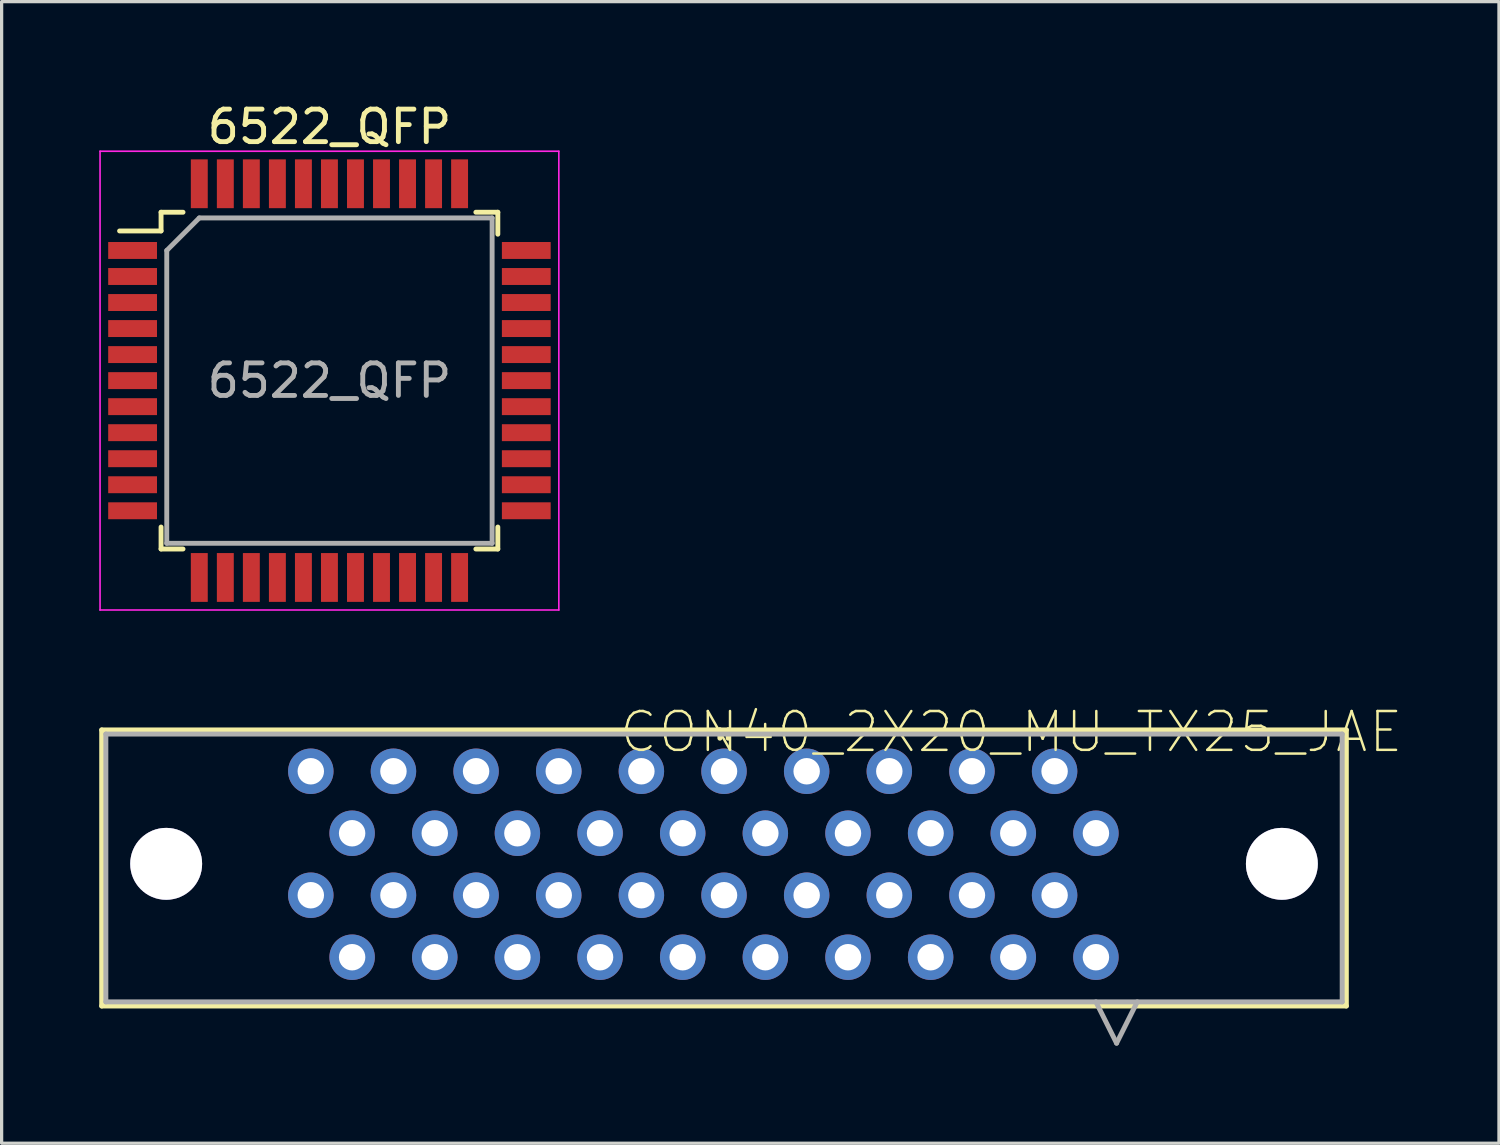
<source format=kicad_pcb>
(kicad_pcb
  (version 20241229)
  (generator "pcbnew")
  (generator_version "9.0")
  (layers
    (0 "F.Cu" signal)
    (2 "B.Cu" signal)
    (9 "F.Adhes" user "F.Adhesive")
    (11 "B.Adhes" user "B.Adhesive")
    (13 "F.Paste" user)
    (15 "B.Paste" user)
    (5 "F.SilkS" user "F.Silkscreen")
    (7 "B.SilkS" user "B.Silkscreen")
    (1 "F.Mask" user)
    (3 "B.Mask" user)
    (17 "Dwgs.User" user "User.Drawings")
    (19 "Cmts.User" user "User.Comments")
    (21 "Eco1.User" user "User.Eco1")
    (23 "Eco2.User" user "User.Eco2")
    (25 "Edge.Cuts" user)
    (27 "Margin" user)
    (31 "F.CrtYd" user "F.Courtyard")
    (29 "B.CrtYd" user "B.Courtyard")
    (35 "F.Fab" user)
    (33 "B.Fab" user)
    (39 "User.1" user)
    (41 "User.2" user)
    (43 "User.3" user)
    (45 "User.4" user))
  (footprint "CON40_2X20_MU_TX25_JAE"
    (layer "F.Cu")
    (at 19.202 19.511)
    (property "Reference" "CON40_2X20_MU_TX25_JAE" (at -3.277 0.635 0) (layer "F.SilkS") (effects (font (size 1.194 1.194) (thickness 0.076)) (justify left bottom)))
    (fp_line (start -19.126 -0.127) (end -19.126 8.357) (stroke (width 0.152) (type solid)) (layer "F.SilkS"))
    (fp_line (start -19.126 8.357) (end 19.126 8.357) (stroke (width 0.152) (type solid)) (layer "F.SilkS"))
    (fp_line (start -0.127 -0.127) (end -19.126 -0.127) (stroke (width 0.152) (type solid)) (layer "F.SilkS"))
    (fp_line (start -0.127 -0.127) (end -0.127 0.127) (stroke (width 0.152) (type solid)) (layer "F.SilkS"))
    (fp_line (start 0.127 -0.127) (end -0.127 -0.127) (stroke (width 0.152) (type solid)) (layer "F.SilkS"))
    (fp_line (start 0.127 0.127) (end 0.127 -0.127) (stroke (width 0.152) (type solid)) (layer "F.SilkS"))
    (fp_line (start 19.126 -0.127) (end 0.127 -0.127) (stroke (width 0.152) (type solid)) (layer "F.SilkS"))
    (fp_line (start 19.126 8.357) (end 19.126 -0.127) (stroke (width 0.152) (type solid)) (layer "F.SilkS"))
    (fp_line (start -18.999 0) (end -18.999 8.23) (stroke (width 0.152) (type solid)) (layer "F.Fab"))
    (fp_line (start -18.999 8.23) (end 18.999 8.23) (stroke (width 0.152) (type solid)) (layer "F.Fab"))
    (fp_line (start 11.43 8.23) (end 12.065 9.5) (stroke (width 0.152) (type solid)) (layer "F.Fab"))
    (fp_line (start 12.7 8.23) (end 12.065 9.5) (stroke (width 0.152) (type solid)) (layer "F.Fab"))
    (fp_line (start 18.999 0) (end -18.999 0) (stroke (width 0.152) (type solid)) (layer "F.Fab"))
    (fp_line (start 18.999 8.23) (end 18.999 0) (stroke (width 0.152) (type solid)) (layer "F.Fab"))
    (pad "1" thru_hole circle (at 11.43 6.858) (size 1.397 1.397) (drill 0.813) (layers "*.Cu" "*.Mask"))
    (pad "2" thru_hole circle (at 10.16 4.953) (size 1.397 1.397) (drill 0.813) (layers "*.Cu" "*.Mask"))
    (pad "3" thru_hole circle (at 8.89 6.858) (size 1.397 1.397) (drill 0.813) (layers "*.Cu" "*.Mask"))
    (pad "4" thru_hole circle (at 7.62 4.953) (size 1.397 1.397) (drill 0.813) (layers "*.Cu" "*.Mask"))
    (pad "5" thru_hole circle (at 6.35 6.858) (size 1.397 1.397) (drill 0.813) (layers "*.Cu" "*.Mask"))
    (pad "6" thru_hole circle (at 5.08 4.953) (size 1.397 1.397) (drill 0.813) (layers "*.Cu" "*.Mask"))
    (pad "7" thru_hole circle (at 3.81 6.858) (size 1.397 1.397) (drill 0.813) (layers "*.Cu" "*.Mask"))
    (pad "8" thru_hole circle (at 2.54 4.953) (size 1.397 1.397) (drill 0.813) (layers "*.Cu" "*.Mask"))
    (pad "9" thru_hole circle (at 1.27 6.858) (size 1.397 1.397) (drill 0.813) (layers "*.Cu" "*.Mask"))
    (pad "10" thru_hole circle (at 0 4.953) (size 1.397 1.397) (drill 0.813) (layers "*.Cu" "*.Mask"))
    (pad "11" thru_hole circle (at -1.27 6.858) (size 1.397 1.397) (drill 0.813) (layers "*.Cu" "*.Mask"))
    (pad "12" thru_hole circle (at -2.54 4.953) (size 1.397 1.397) (drill 0.813) (layers "*.Cu" "*.Mask"))
    (pad "13" thru_hole circle (at -3.81 6.858) (size 1.397 1.397) (drill 0.813) (layers "*.Cu" "*.Mask"))
    (pad "14" thru_hole circle (at -5.08 4.953) (size 1.397 1.397) (drill 0.813) (layers "*.Cu" "*.Mask"))
    (pad "15" thru_hole circle (at -6.35 6.858) (size 1.397 1.397) (drill 0.813) (layers "*.Cu" "*.Mask"))
    (pad "16" thru_hole circle (at -7.62 4.953) (size 1.397 1.397) (drill 0.813) (layers "*.Cu" "*.Mask"))
    (pad "17" thru_hole circle (at -8.89 6.858) (size 1.397 1.397) (drill 0.813) (layers "*.Cu" "*.Mask"))
    (pad "18" thru_hole circle (at -10.16 4.953) (size 1.397 1.397) (drill 0.813) (layers "*.Cu" "*.Mask"))
    (pad "19" thru_hole circle (at -11.43 6.858) (size 1.397 1.397) (drill 0.813) (layers "*.Cu" "*.Mask"))
    (pad "20" thru_hole circle (at -12.7 4.953) (size 1.397 1.397) (drill 0.813) (layers "*.Cu" "*.Mask"))
    (pad "21" thru_hole circle (at 11.43 3.048) (size 1.397 1.397) (drill 0.813) (layers "*.Cu" "*.Mask"))
    (pad "22" thru_hole circle (at 10.16 1.143) (size 1.397 1.397) (drill 0.813) (layers "*.Cu" "*.Mask"))
    (pad "23" thru_hole circle (at 8.89 3.048) (size 1.397 1.397) (drill 0.813) (layers "*.Cu" "*.Mask"))
    (pad "24" thru_hole circle (at 7.62 1.143) (size 1.397 1.397) (drill 0.813) (layers "*.Cu" "*.Mask"))
    (pad "25" thru_hole circle (at 6.35 3.048) (size 1.397 1.397) (drill 0.813) (layers "*.Cu" "*.Mask"))
    (pad "26" thru_hole circle (at 5.08 1.143) (size 1.397 1.397) (drill 0.813) (layers "*.Cu" "*.Mask"))
    (pad "27" thru_hole circle (at 3.81 3.048) (size 1.397 1.397) (drill 0.813) (layers "*.Cu" "*.Mask"))
    (pad "28" thru_hole circle (at 2.54 1.143) (size 1.397 1.397) (drill 0.813) (layers "*.Cu" "*.Mask"))
    (pad "29" thru_hole circle (at 1.27 3.048) (size 1.397 1.397) (drill 0.813) (layers "*.Cu" "*.Mask"))
    (pad "30" thru_hole circle (at 0 1.143) (size 1.397 1.397) (drill 0.813) (layers "*.Cu" "*.Mask"))
    (pad "31" thru_hole circle (at -1.27 3.048) (size 1.397 1.397) (drill 0.813) (layers "*.Cu" "*.Mask"))
    (pad "32" thru_hole circle (at -2.54 1.143) (size 1.397 1.397) (drill 0.813) (layers "*.Cu" "*.Mask"))
    (pad "33" thru_hole circle (at -3.81 3.048) (size 1.397 1.397) (drill 0.813) (layers "*.Cu" "*.Mask"))
    (pad "34" thru_hole circle (at -5.08 1.143) (size 1.397 1.397) (drill 0.813) (layers "*.Cu" "*.Mask"))
    (pad "35" thru_hole circle (at -6.35 3.048) (size 1.397 1.397) (drill 0.813) (layers "*.Cu" "*.Mask"))
    (pad "36" thru_hole circle (at -7.62 1.143) (size 1.397 1.397) (drill 0.813) (layers "*.Cu" "*.Mask"))
    (pad "37" thru_hole circle (at -8.89 3.048) (size 1.397 1.397) (drill 0.813) (layers "*.Cu" "*.Mask"))
    (pad "38" thru_hole circle (at -10.16 1.143) (size 1.397 1.397) (drill 0.813) (layers "*.Cu" "*.Mask"))
    (pad "39" thru_hole circle (at -11.43 3.048) (size 1.397 1.397) (drill 0.813) (layers "*.Cu" "*.Mask"))
    (pad "40" thru_hole circle (at -12.7 1.143) (size 1.397 1.397) (drill 0.813) (layers "*.Cu" "*.Mask"))
    (pad "41" thru_hole circle (at -17.145 3.988) (size 2.21 2.21) (drill 2.21) (layers "*.Cu" "*.Mask"))
    (pad "42" thru_hole circle (at 17.145 3.988) (size 2.21 2.21) (drill 2.21) (layers "*.Cu" "*.Mask")))
  (footprint "6522_QFP"
    (layer "F.Cu")
    (at 7.075 8.648)
    (property "Reference" "6522_QFP" (at 0 -7.8 0) (layer "F.SilkS") (effects (font (size 1 1) (thickness 0.15))))
    (attr smd)
    (fp_line (start -5.175 -5.175) (end -5.175 -4.6) (stroke (width 0.15) (type solid)) (layer "F.SilkS"))
    (fp_line (start -5.175 -5.175) (end -4.5 -5.175) (stroke (width 0.15) (type solid)) (layer "F.SilkS"))
    (fp_line (start -5.175 -4.6) (end -6.45 -4.6) (stroke (width 0.15) (type solid)) (layer "F.SilkS"))
    (fp_line (start -5.175 5.175) (end -5.175 4.5) (stroke (width 0.15) (type solid)) (layer "F.SilkS"))
    (fp_line (start -5.175 5.175) (end -4.5 5.175) (stroke (width 0.15) (type solid)) (layer "F.SilkS"))
    (fp_line (start 5.175 -5.175) (end 4.5 -5.175) (stroke (width 0.15) (type solid)) (layer "F.SilkS"))
    (fp_line (start 5.175 -5.175) (end 5.175 -4.5) (stroke (width 0.15) (type solid)) (layer "F.SilkS"))
    (fp_line (start 5.175 5.175) (end 4.5 5.175) (stroke (width 0.15) (type solid)) (layer "F.SilkS"))
    (fp_line (start 5.175 5.175) (end 5.175 4.5) (stroke (width 0.15) (type solid)) (layer "F.SilkS"))
    (fp_line (start -7.05 -7.05) (end -7.05 7.05) (stroke (width 0.05) (type solid)) (layer "F.CrtYd"))
    (fp_line (start -7.05 -7.05) (end 7.05 -7.05) (stroke (width 0.05) (type solid)) (layer "F.CrtYd"))
    (fp_line (start -7.05 7.05) (end 7.05 7.05) (stroke (width 0.05) (type solid)) (layer "F.CrtYd"))
    (fp_line (start 7.05 -7.05) (end 7.05 7.05) (stroke (width 0.05) (type solid)) (layer "F.CrtYd"))
    (fp_line (start -5 -4) (end -4 -5) (stroke (width 0.15) (type solid)) (layer "F.Fab"))
    (fp_line (start -5 5) (end -5 -4) (stroke (width 0.15) (type solid)) (layer "F.Fab"))
    (fp_line (start -4 -5) (end 5 -5) (stroke (width 0.15) (type solid)) (layer "F.Fab"))
    (fp_line (start 5 -5) (end 5 5) (stroke (width 0.15) (type solid)) (layer "F.Fab"))
    (fp_line (start 5 5) (end -5 5) (stroke (width 0.15) (type solid)) (layer "F.Fab"))
    (fp_text user "${REFERENCE}" (at 0 0 0) (layer "F.Fab") (effects (font (size 1 1) (thickness 0.15))))
    (pad "1" smd rect (at 0 -6.05) (size 0.52 1.5) (layers "F.Cu" "F.Mask" "F.Paste"))
    (pad "2" smd rect (at -0.8 -6.05) (size 0.52 1.5) (layers "F.Cu" "F.Mask" "F.Paste"))
    (pad "3" smd rect (at -1.6 -6.05) (size 0.52 1.5) (layers "F.Cu" "F.Mask" "F.Paste"))
    (pad "4" smd rect (at -2.4 -6.05) (size 0.52 1.5) (layers "F.Cu" "F.Mask" "F.Paste"))
    (pad "5" smd rect (at -3.2 -6.05) (size 0.52 1.5) (layers "F.Cu" "F.Mask" "F.Paste"))
    (pad "6" smd rect (at -4 -6.05) (size 0.52 1.5) (layers "F.Cu" "F.Mask" "F.Paste"))
    (pad "7" smd rect (at -6.05 -4) (size 1.5 0.52) (layers "F.Cu" "F.Mask" "F.Paste"))
    (pad "8" smd rect (at -6.05 -3.2) (size 1.5 0.52) (layers "F.Cu" "F.Mask" "F.Paste"))
    (pad "9" smd rect (at -6.05 -2.4) (size 1.5 0.52) (layers "F.Cu" "F.Mask" "F.Paste"))
    (pad "10" smd rect (at -6.05 -1.6) (size 1.5 0.52) (layers "F.Cu" "F.Mask" "F.Paste"))
    (pad "11" smd rect (at -6.05 0) (size 1.5 0.52) (layers "F.Cu" "F.Mask" "F.Paste"))
    (pad "12" smd rect (at -6.05 0.8) (size 1.5 0.52) (layers "F.Cu" "F.Mask" "F.Paste"))
    (pad "13" smd rect (at -6.05 1.6) (size 1.5 0.52) (layers "F.Cu" "F.Mask" "F.Paste"))
    (pad "14" smd rect (at -6.05 2.4) (size 1.5 0.52) (layers "F.Cu" "F.Mask" "F.Paste"))
    (pad "15" smd rect (at -6.05 3.2) (size 1.5 0.52) (layers "F.Cu" "F.Mask" "F.Paste"))
    (pad "16" smd rect (at -6.05 4) (size 1.5 0.52) (layers "F.Cu" "F.Mask" "F.Paste"))
    (pad "17" smd rect (at -4 6.05) (size 0.52 1.5) (layers "F.Cu" "F.Mask" "F.Paste"))
    (pad "18" smd rect (at -3.2 6.05) (size 0.52 1.5) (layers "F.Cu" "F.Mask" "F.Paste"))
    (pad "19" smd rect (at -2.4 6.05) (size 0.52 1.5) (layers "F.Cu" "F.Mask" "F.Paste"))
    (pad "20" smd rect (at -1.6 6.05) (size 0.52 1.5) (layers "F.Cu" "F.Mask" "F.Paste"))
    (pad "21" smd rect (at 0 6.05) (size 0.52 1.5) (layers "F.Cu" "F.Mask" "F.Paste"))
    (pad "22" smd rect (at 0.8 6.05) (size 0.52 1.5) (layers "F.Cu" "F.Mask" "F.Paste"))
    (pad "23" smd rect (at 1.6 6.05) (size 0.52 1.5) (layers "F.Cu" "F.Mask" "F.Paste"))
    (pad "24" smd rect (at 2.4 6.05) (size 0.52 1.5) (layers "F.Cu" "F.Mask" "F.Paste"))
    (pad "25" smd rect (at 3.2 6.05) (size 0.52 1.5) (layers "F.Cu" "F.Mask" "F.Paste"))
    (pad "26" smd rect (at 4 6.05) (size 0.52 1.5) (layers "F.Cu" "F.Mask" "F.Paste"))
    (pad "27" smd rect (at 6.05 4) (size 1.5 0.52) (layers "F.Cu" "F.Mask" "F.Paste"))
    (pad "28" smd rect (at 6.05 3.2) (size 1.5 0.52) (layers "F.Cu" "F.Mask" "F.Paste"))
    (pad "29" smd rect (at 6.05 2.4) (size 1.5 0.52) (layers "F.Cu" "F.Mask" "F.Paste"))
    (pad "30" smd rect (at 6.05 1.6) (size 1.5 0.52) (layers "F.Cu" "F.Mask" "F.Paste"))
    (pad "31" smd rect (at 6.05 0) (size 1.5 0.52) (layers "F.Cu" "F.Mask" "F.Paste"))
    (pad "32" smd rect (at 6.05 -0.8) (size 1.5 0.52) (layers "F.Cu" "F.Mask" "F.Paste"))
    (pad "33" smd rect (at 6.05 -1.6) (size 1.5 0.52) (layers "F.Cu" "F.Mask" "F.Paste"))
    (pad "34" smd rect (at 6.05 -2.4) (size 1.5 0.52) (layers "F.Cu" "F.Mask" "F.Paste"))
    (pad "35" smd rect (at 6.05 -4) (size 1.5 0.52) (layers "F.Cu" "F.Mask" "F.Paste"))
    (pad "36" smd rect (at 4 -6.05) (size 0.52 1.5) (layers "F.Cu" "F.Mask" "F.Paste"))
    (pad "37" smd rect (at 3.2 -6.05) (size 0.52 1.5) (layers "F.Cu" "F.Mask" "F.Paste"))
    (pad "38" smd rect (at 2.4 -6.05) (size 0.52 1.5) (layers "F.Cu" "F.Mask" "F.Paste"))
    (pad "39" smd rect (at 1.6 -6.05) (size 0.52 1.5) (layers "F.Cu" "F.Mask" "F.Paste"))
    (pad "40" smd rect (at 0.8 -6.05) (size 0.52 1.5) (layers "F.Cu" "F.Mask" "F.Paste"))
    (pad "41" smd rect (at -6.05 -0.8) (size 1.5 0.52) (layers "F.Cu" "F.Mask" "F.Paste"))
    (pad "42" smd rect (at -0.8 6.05) (size 0.52 1.5) (layers "F.Cu" "F.Mask" "F.Paste"))
    (pad "43" smd rect (at 6.05 0.8) (size 1.5 0.52) (layers "F.Cu" "F.Mask" "F.Paste"))
    (pad "44" smd rect (at 6.05 -3.2) (size 1.5 0.52) (layers "F.Cu" "F.Mask" "F.Paste")))
  (gr_rect
    (start -3 -3)
    (end 43.019 32.086)
    (stroke (width 0.1) (type default))
    (fill no)
    (layer "Edge.Cuts")))
</source>
